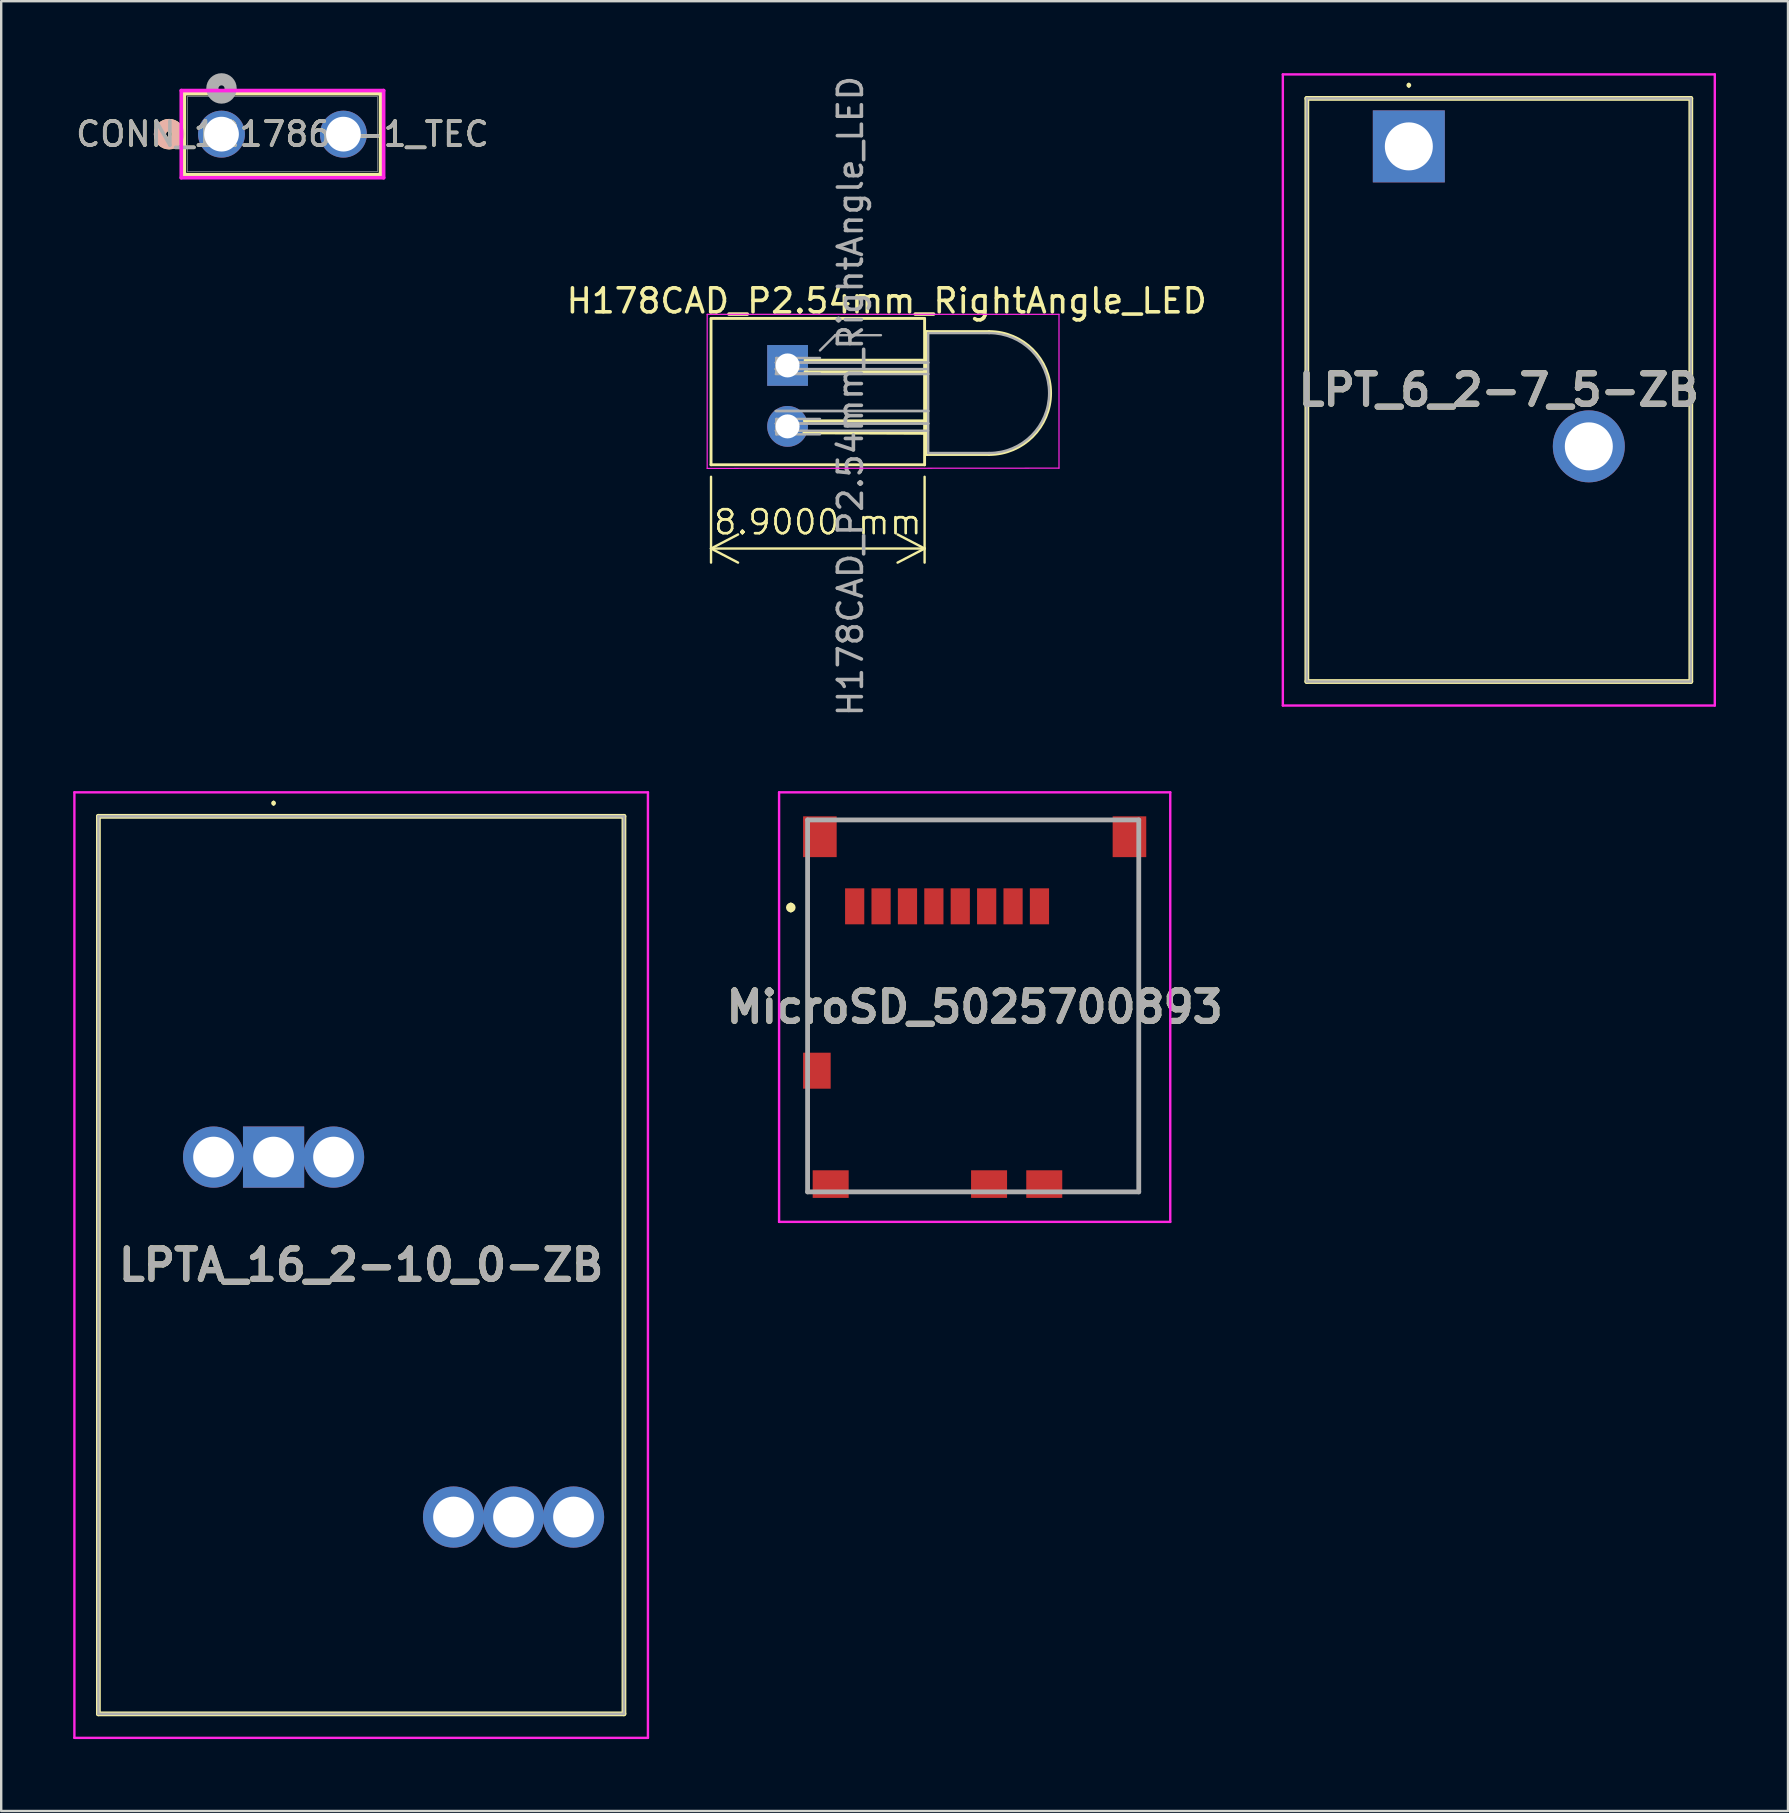
<source format=kicad_pcb>
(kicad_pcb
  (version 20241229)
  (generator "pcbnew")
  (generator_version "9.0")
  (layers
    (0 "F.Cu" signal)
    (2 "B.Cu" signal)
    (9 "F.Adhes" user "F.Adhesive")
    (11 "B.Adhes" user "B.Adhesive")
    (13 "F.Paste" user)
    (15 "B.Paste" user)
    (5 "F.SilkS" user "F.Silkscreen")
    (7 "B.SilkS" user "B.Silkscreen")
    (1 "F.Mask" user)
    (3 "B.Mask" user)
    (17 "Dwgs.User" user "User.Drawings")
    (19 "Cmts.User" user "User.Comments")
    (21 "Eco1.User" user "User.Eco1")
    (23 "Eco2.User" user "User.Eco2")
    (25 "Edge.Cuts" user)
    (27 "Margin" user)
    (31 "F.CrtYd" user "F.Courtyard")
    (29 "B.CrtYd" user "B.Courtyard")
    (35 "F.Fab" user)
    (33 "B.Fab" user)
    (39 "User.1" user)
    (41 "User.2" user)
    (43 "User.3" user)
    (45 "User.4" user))
  (footprint "LPTA_16_2-10_0-ZB"
    (layer "F.Cu")
    (at 8.35 45.167)
    (property "Reference" "LPTA_16_2-10_0-ZB" (at 3.65 4.5 0) (layer "F.SilkS") (effects (font (size 1.27 1.27) (thickness 0.254))))
    (attr through_hole)
    (fp_line (start -7.3 -14.2) (end 14.6 -14.2) (stroke (width 0.2) (type solid)) (layer "F.SilkS"))
    (fp_line (start -7.3 23.2) (end -7.3 -14.2) (stroke (width 0.2) (type solid)) (layer "F.SilkS"))
    (fp_line (start 0 -14.8) (end 0 -14.8) (stroke (width 0.1) (type solid)) (layer "F.SilkS"))
    (fp_line (start 0 -14.7) (end 0 -14.7) (stroke (width 0.1) (type solid)) (layer "F.SilkS"))
    (fp_line (start 14.6 -14.2) (end 14.6 23.2) (stroke (width 0.2) (type solid)) (layer "F.SilkS"))
    (fp_line (start 14.6 23.2) (end -7.3 23.2) (stroke (width 0.2) (type solid)) (layer "F.SilkS"))
    (fp_arc (start 0 -14.8) (mid 0.05 -14.75) (end 0 -14.7) (stroke (width 0.1) (type solid)) (layer "F.SilkS"))
    (fp_arc (start 0 -14.7) (mid -0.05 -14.75) (end 0 -14.8) (stroke (width 0.1) (type solid)) (layer "F.SilkS"))
    (fp_line (start -8.3 -15.2) (end 15.6 -15.2) (stroke (width 0.1) (type solid)) (layer "F.CrtYd"))
    (fp_line (start -8.3 24.2) (end -8.3 -15.2) (stroke (width 0.1) (type solid)) (layer "F.CrtYd"))
    (fp_line (start 15.6 -15.2) (end 15.6 24.2) (stroke (width 0.1) (type solid)) (layer "F.CrtYd"))
    (fp_line (start 15.6 24.2) (end -8.3 24.2) (stroke (width 0.1) (type solid)) (layer "F.CrtYd"))
    (fp_line (start -7.3 -14.2) (end -7.3 23.2) (stroke (width 0.1) (type solid)) (layer "F.Fab"))
    (fp_line (start -7.3 23.2) (end 14.6 23.2) (stroke (width 0.1) (type solid)) (layer "F.Fab"))
    (fp_line (start 14.6 -14.2) (end -7.3 -14.2) (stroke (width 0.1) (type solid)) (layer "F.Fab"))
    (fp_line (start 14.6 23.2) (end 14.6 -14.2) (stroke (width 0.1) (type solid)) (layer "F.Fab"))
    (fp_text user "${REFERENCE}" (at 3.65 4.5 0) (layer "F.Fab") (effects (font (size 1.27 1.27) (thickness 0.254))))
    (pad "11" thru_hole rect (at 0 0) (size 2.55 2.55) (drill 1.7) (layers "*.Cu" "*.Mask"))
    (pad "12" thru_hole circle (at -2.5 0) (size 2.55 2.55) (drill 1.7) (layers "*.Cu" "*.Mask"))
    (pad "13" thru_hole circle (at 2.5 0) (size 2.55 2.55) (drill 1.7) (layers "*.Cu" "*.Mask"))
    (pad "21" thru_hole circle (at 10 15) (size 2.55 2.55) (drill 1.7) (layers "*.Cu" "*.Mask"))
    (pad "22" thru_hole circle (at 7.5 15) (size 2.55 2.55) (drill 1.7) (layers "*.Cu" "*.Mask"))
    (pad "23" thru_hole circle (at 12.5 15) (size 2.55 2.55) (drill 1.7) (layers "*.Cu" "*.Mask")))
  (footprint "LPT_6_2-7_5-ZB"
    (layer "F.Cu")
    (at 55.657 3.05)
    (property "Reference" "LPT_6_2-7_5-ZB" (at 3.75 10.15 0) (layer "F.SilkS") (effects (font (size 1.27 1.27) (thickness 0.254))))
    (attr through_hole)
    (fp_line (start -4.25 -2) (end 11.75 -2) (stroke (width 0.2) (type solid)) (layer "F.SilkS"))
    (fp_line (start -4.25 22.3) (end -4.25 -2) (stroke (width 0.2) (type solid)) (layer "F.SilkS"))
    (fp_line (start 0 -2.6) (end 0 -2.6) (stroke (width 0.1) (type solid)) (layer "F.SilkS"))
    (fp_line (start 0 -2.5) (end 0 -2.5) (stroke (width 0.1) (type solid)) (layer "F.SilkS"))
    (fp_line (start 11.75 -2) (end 11.75 22.3) (stroke (width 0.2) (type solid)) (layer "F.SilkS"))
    (fp_line (start 11.75 22.3) (end -4.25 22.3) (stroke (width 0.2) (type solid)) (layer "F.SilkS"))
    (fp_arc (start 0 -2.6) (mid 0.05 -2.55) (end 0 -2.5) (stroke (width 0.1) (type solid)) (layer "F.SilkS"))
    (fp_arc (start 0 -2.5) (mid -0.05 -2.55) (end 0 -2.6) (stroke (width 0.1) (type solid)) (layer "F.SilkS"))
    (fp_line (start -5.25 -3) (end 12.75 -3) (stroke (width 0.1) (type solid)) (layer "F.CrtYd"))
    (fp_line (start -5.25 23.3) (end -5.25 -3) (stroke (width 0.1) (type solid)) (layer "F.CrtYd"))
    (fp_line (start 12.75 -3) (end 12.75 23.3) (stroke (width 0.1) (type solid)) (layer "F.CrtYd"))
    (fp_line (start 12.75 23.3) (end -5.25 23.3) (stroke (width 0.1) (type solid)) (layer "F.CrtYd"))
    (fp_line (start -4.25 -2) (end 11.75 -2) (stroke (width 0.1) (type solid)) (layer "F.Fab"))
    (fp_line (start -4.25 22.3) (end -4.25 -2) (stroke (width 0.1) (type solid)) (layer "F.Fab"))
    (fp_line (start 11.75 -2) (end 11.75 22.3) (stroke (width 0.1) (type solid)) (layer "F.Fab"))
    (fp_line (start 11.75 22.3) (end -4.25 22.3) (stroke (width 0.1) (type solid)) (layer "F.Fab"))
    (fp_text user "${REFERENCE}" (at 3.75 10.15 0) (layer "F.Fab") (effects (font (size 1.27 1.27) (thickness 0.254))))
    (pad "1" thru_hole rect (at 0 0) (size 3 3) (drill 2) (layers "*.Cu" "*.Mask"))
    (pad "2" thru_hole circle (at 7.5 12.5) (size 3 3) (drill 2) (layers "*.Cu" "*.Mask")))
  (footprint "CONN_1217861-1_TEC"
    (layer "F.Cu")
    (at 6.18 2.54)
    (property "Reference" "CONN_1217861-1_TEC" (at 2.54 0 0) (unlocked yes) (layer "F.SilkS") (effects (font (size 1 1) (thickness 0.15))))
    (attr through_hole)
    (fp_line (start -1.549 -1.689) (end -1.549 1.689) (stroke (width 0.152) (type solid)) (layer "F.SilkS"))
    (fp_line (start -1.549 1.689) (end 6.629 1.689) (stroke (width 0.152) (type solid)) (layer "F.SilkS"))
    (fp_line (start 6.629 -1.689) (end -1.549 -1.689) (stroke (width 0.152) (type solid)) (layer "F.SilkS"))
    (fp_line (start 6.629 1.689) (end 6.629 -1.689) (stroke (width 0.152) (type solid)) (layer "F.SilkS"))
    (fp_circle (center -2.184 0) (end -1.803 0) (stroke (width 0.508) (type solid)) (fill no) (layer "F.SilkS"))
    (fp_circle (center -2.184 0) (end -1.803 0) (stroke (width 0.508) (type solid)) (fill no) (layer "B.SilkS"))
    (fp_line (start -1.676 -1.816) (end -1.676 1.816) (stroke (width 0.152) (type solid)) (layer "F.CrtYd"))
    (fp_line (start -1.676 1.816) (end 6.756 1.816) (stroke (width 0.152) (type solid)) (layer "F.CrtYd"))
    (fp_line (start 6.756 -1.816) (end -1.676 -1.816) (stroke (width 0.152) (type solid)) (layer "F.CrtYd"))
    (fp_line (start 6.756 1.816) (end 6.756 -1.816) (stroke (width 0.152) (type solid)) (layer "F.CrtYd"))
    (fp_line (start -1.422 -1.562) (end -1.422 1.562) (stroke (width 0.025) (type solid)) (layer "F.Fab"))
    (fp_line (start -1.422 1.562) (end 6.502 1.562) (stroke (width 0.025) (type solid)) (layer "F.Fab"))
    (fp_line (start 6.502 -1.562) (end -1.422 -1.562) (stroke (width 0.025) (type solid)) (layer "F.Fab"))
    (fp_line (start 6.502 1.562) (end 6.502 -1.562) (stroke (width 0.025) (type solid)) (layer "F.Fab"))
    (fp_circle (center 0 -1.905) (end 0.381 -1.905) (stroke (width 0.508) (type solid)) (fill no) (layer "F.Fab"))
    (fp_text user "${REFERENCE}" (at 2.54 0 0) (unlocked yes) (layer "F.Fab") (effects (font (size 1 1) (thickness 0.15))))
    (pad "1" thru_hole circle (at 0 0) (size 1.956 1.956) (drill 1.448) (layers "*.Cu" "*.Mask"))
    (pad "2" thru_hole circle (at 5.08 0) (size 1.956 1.956) (drill 1.448) (layers "*.Cu" "*.Mask")))
  (footprint "H178CAD_P2.54mm_RightAngle_LED"
    (layer "F.Cu")
    (at 29.769 12.178)
    (property "Reference" "H178CAD_P2.54mm_RightAngle_LED" (at 4.13 -2.69 0) (layer "F.SilkS") (effects (font (size 1 1) (thickness 0.15))))
    (attr through_hole)
    (fp_line (start -3.19 -1.96) (end -3.19 4.14) (stroke (width 0.12) (type solid)) (layer "F.SilkS"))
    (fp_line (start -3.19 4.14) (end 5.71 4.14) (stroke (width 0.12) (type solid)) (layer "F.SilkS"))
    (fp_line (start 0.68 2.81) (end 5.8 2.83) (stroke (width 0.12) (type solid)) (layer "F.SilkS"))
    (fp_line (start 0.7 2.31) (end 5.8 2.31) (stroke (width 0.12) (type solid)) (layer "F.SilkS"))
    (fp_line (start 0.73 0.26) (end 5.795 0.26) (stroke (width 0.12) (type solid)) (layer "F.SilkS"))
    (fp_line (start 5.71 -1.96) (end -3.18 -1.96) (stroke (width 0.12) (type solid)) (layer "F.SilkS"))
    (fp_line (start 5.71 4.14) (end 5.71 -1.95) (stroke (width 0.12) (type solid)) (layer "F.SilkS"))
    (fp_line (start 5.795 -0.22) (end 0.73 -0.22) (stroke (width 0.12) (type solid)) (layer "F.SilkS"))
    (fp_line (start 5.8 -1.41) (end 8.4 -1.41) (stroke (width 0.12) (type solid)) (layer "F.SilkS"))
    (fp_line (start 5.8 -0.12) (end 5.8 -0.12) (stroke (width 0.12) (type solid)) (layer "F.SilkS"))
    (fp_line (start 5.8 0.36) (end 5.8 0.36) (stroke (width 0.12) (type solid)) (layer "F.SilkS"))
    (fp_line (start 5.8 1.9) (end 5.8 1.9) (stroke (width 0.12) (type solid)) (layer "F.SilkS"))
    (fp_line (start 5.8 2.42) (end 5.8 2.42) (stroke (width 0.12) (type solid)) (layer "F.SilkS"))
    (fp_line (start 5.8 3.71) (end 5.8 -1.41) (stroke (width 0.12) (type solid)) (layer "F.SilkS"))
    (fp_line (start 5.8 3.71) (end 8.4 3.71) (stroke (width 0.12) (type solid)) (layer "F.SilkS"))
    (fp_arc (start 8.4 -1.41) (mid 10.96 1.15) (end 8.4 3.71) (stroke (width 0.12) (type solid)) (layer "F.SilkS"))
    (fp_line (start -3.35 -2.13) (end -3.35 4.29) (stroke (width 0.05) (type solid)) (layer "F.CrtYd"))
    (fp_line (start -3.35 4.29) (end 11.31 4.28) (stroke (width 0.05) (type solid)) (layer "F.CrtYd"))
    (fp_line (start 11.31 -2.13) (end -3.35 -2.13) (stroke (width 0.05) (type solid)) (layer "F.CrtYd"))
    (fp_line (start 11.31 4.28) (end 11.31 -2.13) (stroke (width 0.05) (type solid)) (layer "F.CrtYd"))
    (fp_line (start -0.505 0.15) (end 5.845 0.15) (stroke (width 0.1) (type solid)) (layer "F.Fab"))
    (fp_line (start -0.49 -0.12) (end 5.86 -0.12) (stroke (width 0.1) (type solid)) (layer "F.Fab"))
    (fp_line (start -0.49 1.9) (end 5.86 1.9) (stroke (width 0.1) (type solid)) (layer "F.Fab"))
    (fp_line (start -0.49 2.42) (end 5.86 2.42) (stroke (width 0.1) (type solid)) (layer "F.Fab"))
    (fp_line (start -0.47 -0.31) (end -0.47 0.33) (stroke (width 0.1) (type solid)) (layer "F.Fab"))
    (fp_line (start -0.47 -0.31) (end 1.35 -0.31) (stroke (width 0.1) (type solid)) (layer "F.Fab"))
    (fp_line (start -0.47 0.33) (end 1.35 0.33) (stroke (width 0.1) (type solid)) (layer "F.Fab"))
    (fp_line (start -0.47 2.23) (end -0.47 2.87) (stroke (width 0.1) (type solid)) (layer "F.Fab"))
    (fp_line (start -0.47 2.23) (end 1.35 2.23) (stroke (width 0.1) (type solid)) (layer "F.Fab"))
    (fp_line (start -0.47 2.87) (end 1.35 2.87) (stroke (width 0.1) (type solid)) (layer "F.Fab"))
    (fp_line (start 1.35 -0.625) (end 1.985 -1.26) (stroke (width 0.1) (type solid)) (layer "F.Fab"))
    (fp_line (start 1.985 -1.26) (end 3.89 -1.26) (stroke (width 0.1) (type solid)) (layer "F.Fab"))
    (fp_line (start 5.855 2.72) (end -0.495 2.72) (stroke (width 0.1) (type solid)) (layer "F.Fab"))
    (fp_line (start 5.86 -1.35) (end 8.4 -1.35) (stroke (width 0.1) (type solid)) (layer "F.Fab"))
    (fp_line (start 5.86 -0.12) (end -0.49 -0.12) (stroke (width 0.1) (type solid)) (layer "F.Fab"))
    (fp_line (start 5.86 -0.12) (end 5.86 -0.12) (stroke (width 0.1) (type solid)) (layer "F.Fab"))
    (fp_line (start 5.86 0.36) (end -0.49 0.36) (stroke (width 0.1) (type solid)) (layer "F.Fab"))
    (fp_line (start 5.86 0.36) (end 5.86 0.36) (stroke (width 0.1) (type solid)) (layer "F.Fab"))
    (fp_line (start 5.86 1.9) (end -0.49 1.9) (stroke (width 0.1) (type solid)) (layer "F.Fab"))
    (fp_line (start 5.86 1.9) (end 5.86 1.9) (stroke (width 0.1) (type solid)) (layer "F.Fab"))
    (fp_line (start 5.86 2.42) (end -0.49 2.42) (stroke (width 0.1) (type solid)) (layer "F.Fab"))
    (fp_line (start 5.86 2.42) (end 5.86 2.42) (stroke (width 0.1) (type solid)) (layer "F.Fab"))
    (fp_line (start 5.86 3.65) (end 5.86 -1.35) (stroke (width 0.1) (type solid)) (layer "F.Fab"))
    (fp_line (start 5.86 3.65) (end 8.4 3.65) (stroke (width 0.1) (type solid)) (layer "F.Fab"))
    (fp_arc (start 8.4 -1.35) (mid 10.9 1.15) (end 8.4 3.65) (stroke (width 0.1) (type solid)) (layer "F.Fab"))
    (fp_text user "${REFERENCE}" (at 2.62 1.28 90) (layer "F.Fab") (effects (font (size 1 1) (thickness 0.15))))
    (dimension (type aligned) (layer "F.SilkS") (pts (xy 26.579 16.318) (xy 35.479 16.318)) (height 3.49) (format (prefix "") (suffix "") (units 3) (units_format 1) (precision 4)) (style (thickness 0.1) (arrow_length 1.27) (text_position_mode 0) (arrow_direction outward) (extension_height 0.586) (extension_offset 0.5) (keep_text_aligned yes)) (gr_text "8.9000 mm" (at 31.029 18.708 0) (layer "F.SilkS") (effects (font (size 1 1) (thickness 0.1)))))
    (pad "1" thru_hole rect (at 0 0) (size 1.7 1.7) (drill 1) (layers "*.Cu" "*.Mask"))
    (pad "2" thru_hole oval (at 0 2.54) (size 1.7 1.7) (drill 1) (layers "*.Cu" "*.Mask")))
  (footprint "MicroSD_5025700893"
    (layer "F.Cu")
    (at 37.503 38.867)
    (property "Reference" "MicroSD_5025700893" (at 0.062 0.05 0) (layer "F.SilkS") (effects (font (size 1.27 1.27) (thickness 0.254))))
    (attr smd)
    (fp_line (start -7.6 -4.2) (end -7.6 -4.2) (stroke (width 0.2) (type solid)) (layer "F.SilkS"))
    (fp_line (start -7.6 -4) (end -7.6 -4) (stroke (width 0.2) (type solid)) (layer "F.SilkS"))
    (fp_line (start -6.9 -5.8) (end -6.9 1.6) (stroke (width 0.1) (type solid)) (layer "F.SilkS"))
    (fp_line (start -6.9 3.8) (end -6.9 6.4) (stroke (width 0.1) (type solid)) (layer "F.SilkS"))
    (fp_line (start -0.537 7.75) (end -4.8 7.75) (stroke (width 0.1) (type solid)) (layer "F.SilkS"))
    (fp_line (start 5.4 -7.75) (end -5.4 -7.75) (stroke (width 0.1) (type solid)) (layer "F.SilkS"))
    (fp_line (start 6.9 -5.8) (end 6.9 7.75) (stroke (width 0.1) (type solid)) (layer "F.SilkS"))
    (fp_line (start 6.9 7.75) (end 4.2 7.75) (stroke (width 0.1) (type solid)) (layer "F.SilkS"))
    (fp_arc (start -7.6 -4.2) (mid -7.5 -4.1) (end -7.6 -4) (stroke (width 0.2) (type solid)) (layer "F.SilkS"))
    (fp_arc (start -7.6 -4) (mid -7.7 -4.1) (end -7.6 -4.2) (stroke (width 0.2) (type solid)) (layer "F.SilkS"))
    (fp_line (start -8.088 -8.9) (end -8.088 9) (stroke (width 0.1) (type solid)) (layer "F.CrtYd"))
    (fp_line (start -8.088 9) (end 8.212 9) (stroke (width 0.1) (type solid)) (layer "F.CrtYd"))
    (fp_line (start 8.212 -8.9) (end -8.088 -8.9) (stroke (width 0.1) (type solid)) (layer "F.CrtYd"))
    (fp_line (start 8.212 9) (end 8.212 -8.9) (stroke (width 0.1) (type solid)) (layer "F.CrtYd"))
    (fp_line (start -6.9 -7.75) (end -6.9 7.75) (stroke (width 0.2) (type solid)) (layer "F.Fab"))
    (fp_line (start -6.9 7.75) (end 6.9 7.75) (stroke (width 0.2) (type solid)) (layer "F.Fab"))
    (fp_line (start 6.9 -7.75) (end -6.9 -7.75) (stroke (width 0.2) (type solid)) (layer "F.Fab"))
    (fp_line (start 6.9 7.75) (end 6.9 -7.75) (stroke (width 0.2) (type solid)) (layer "F.Fab"))
    (fp_text user "${REFERENCE}" (at 0.062 0.05 0) (layer "F.Fab") (effects (font (size 1.27 1.27) (thickness 0.254))))
    (pad "1" smd rect (at -4.938 -4.15) (size 0.8 1.5) (layers "F.Cu" "F.Mask" "F.Paste"))
    (pad "2" smd rect (at -3.838 -4.15) (size 0.8 1.5) (layers "F.Cu" "F.Mask" "F.Paste"))
    (pad "3" smd rect (at -2.738 -4.15) (size 0.8 1.5) (layers "F.Cu" "F.Mask" "F.Paste"))
    (pad "4" smd rect (at -1.638 -4.15) (size 0.8 1.5) (layers "F.Cu" "F.Mask" "F.Paste"))
    (pad "5" smd rect (at -0.538 -4.15) (size 0.8 1.5) (layers "F.Cu" "F.Mask" "F.Paste"))
    (pad "6" smd rect (at 0.562 -4.15) (size 0.8 1.5) (layers "F.Cu" "F.Mask" "F.Paste"))
    (pad "7" smd rect (at 1.662 -4.15) (size 0.8 1.5) (layers "F.Cu" "F.Mask" "F.Paste"))
    (pad "8" smd rect (at 2.762 -4.15) (size 0.8 1.5) (layers "F.Cu" "F.Mask" "F.Paste"))
    (pad "DL1" smd rect (at -6.513 2.7) (size 1.15 1.5) (layers "F.Cu" "F.Mask" "F.Paste"))
    (pad "DS1" smd rect (at 0.662 7.425 270) (size 1.15 1.5) (layers "F.Cu" "F.Mask" "F.Paste"))
    (pad "SM1" smd rect (at -6.388 -7.05) (size 1.4 1.7) (layers "F.Cu" "F.Mask" "F.Paste"))
    (pad "SM2" smd rect (at 6.512 -7.05) (size 1.4 1.7) (layers "F.Cu" "F.Mask" "F.Paste"))
    (pad "SM3" smd rect (at 2.962 7.425 270) (size 1.15 1.5) (layers "F.Cu" "F.Mask" "F.Paste"))
    (pad "SM4" smd rect (at -5.938 7.425 270) (size 1.15 1.5) (layers "F.Cu" "F.Mask" "F.Paste")))
  (gr_rect
    (start -3 -3)
    (end 71.457 72.417)
    (stroke (width 0.1) (type default))
    (fill no)
    (layer "Edge.Cuts")))
</source>
